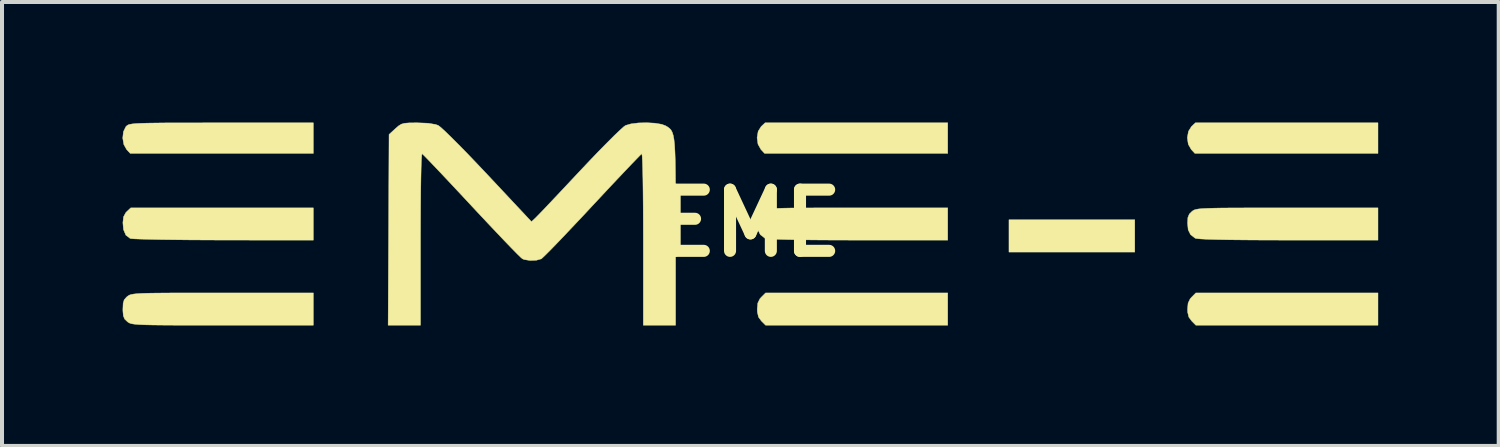
<source format=kicad_pcb>
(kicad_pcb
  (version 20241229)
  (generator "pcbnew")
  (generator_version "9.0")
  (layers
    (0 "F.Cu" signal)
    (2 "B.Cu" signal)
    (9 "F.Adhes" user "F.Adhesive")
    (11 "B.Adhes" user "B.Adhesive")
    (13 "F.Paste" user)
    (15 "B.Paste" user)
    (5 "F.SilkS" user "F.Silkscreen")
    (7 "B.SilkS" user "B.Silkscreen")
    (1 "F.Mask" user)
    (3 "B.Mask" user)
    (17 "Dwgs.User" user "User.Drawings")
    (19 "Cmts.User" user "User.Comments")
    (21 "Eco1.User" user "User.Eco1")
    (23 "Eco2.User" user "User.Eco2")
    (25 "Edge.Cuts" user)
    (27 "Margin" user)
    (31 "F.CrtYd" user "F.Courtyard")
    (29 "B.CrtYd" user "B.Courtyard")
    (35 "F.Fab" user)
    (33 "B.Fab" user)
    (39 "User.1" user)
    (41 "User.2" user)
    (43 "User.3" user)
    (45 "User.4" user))
  (footprint "EME"
    (layer "F.Cu")
    (at 15.63 2.505)
    (property "Reference" "EME" (at 0 0 0) (layer "F.SilkS") (effects (font (size 1.524 1.524) (thickness 0.3))))
    (attr through_hole)
    (fp_poly (pts (xy 9.567 0.72) (xy 6.435 0.72) (xy 6.435 -0.085) (xy 9.567 -0.085) (xy 9.567 0.72)) (stroke (width 0.01) (type solid)) (fill yes) (layer "F.SilkS"))
    (fp_poly (pts (xy 4.911 -1.736) (xy 0.353 -1.736) (xy 0.261 -1.834) (xy 0.188 -1.965) (xy 0.165 -2.127) (xy 0.192 -2.286) (xy 0.267 -2.406) (xy 0.365 -2.498) (xy 4.911 -2.498) (xy 4.911 -1.736)) (stroke (width 0.01) (type solid)) (fill yes) (layer "F.SilkS"))
    (fp_poly (pts (xy 15.621 -1.736) (xy 11.064 -1.736) (xy 10.972 -1.834) (xy 10.898 -1.965) (xy 10.875 -2.127) (xy 10.903 -2.286) (xy 10.978 -2.406) (xy 11.076 -2.498) (xy 15.621 -2.498) (xy 15.621 -1.736)) (stroke (width 0.01) (type solid)) (fill yes) (layer "F.SilkS"))
    (fp_poly (pts (xy 4.911 2.54) (xy 0.377 2.54) (xy 0.273 2.436) (xy 0.201 2.338) (xy 0.172 2.213) (xy 0.169 2.138) (xy 0.183 1.989) (xy 0.234 1.884) (xy 0.273 1.84) (xy 0.377 1.736) (xy 4.911 1.736) (xy 4.911 2.54)) (stroke (width 0.01) (type solid)) (fill yes) (layer "F.SilkS"))
    (fp_poly (pts (xy 15.621 2.54) (xy 11.087 2.54) (xy 10.984 2.436) (xy 10.912 2.338) (xy 10.882 2.213) (xy 10.88 2.138) (xy 10.894 1.989) (xy 10.945 1.884) (xy 10.984 1.84) (xy 11.087 1.736) (xy 15.621 1.736) (xy 15.621 2.54)) (stroke (width 0.01) (type solid)) (fill yes) (layer "F.SilkS"))
    (fp_poly (pts (xy -10.88 0.423) (xy -13.113 0.421) (xy -13.542 0.419) (xy -13.948 0.417) (xy -14.322 0.413) (xy -14.656 0.409) (xy -14.941 0.403) (xy -15.17 0.397) (xy -15.334 0.391) (xy -15.424 0.384) (xy -15.438 0.381) (xy -15.546 0.3) (xy -15.606 0.16) (xy -15.621 -0.011) (xy -15.605 -0.159) (xy -15.549 -0.262) (xy -15.523 -0.289) (xy -15.425 -0.381) (xy -10.88 -0.381) (xy -10.88 0.423)) (stroke (width 0.01) (type solid)) (fill yes) (layer "F.SilkS"))
    (fp_poly (pts (xy -10.88 -1.736) (xy -15.437 -1.736) (xy -15.529 -1.834) (xy -15.598 -1.959) (xy -15.625 -2.118) (xy -15.608 -2.277) (xy -15.547 -2.402) (xy -15.536 -2.413) (xy -15.516 -2.431) (xy -15.489 -2.447) (xy -15.45 -2.46) (xy -15.39 -2.47) (xy -15.304 -2.479) (xy -15.185 -2.485) (xy -15.025 -2.49) (xy -14.818 -2.493) (xy -14.556 -2.496) (xy -14.233 -2.497) (xy -13.842 -2.497) (xy -13.377 -2.498) (xy -13.166 -2.498) (xy -10.88 -2.498) (xy -10.88 -1.736)) (stroke (width 0.01) (type solid)) (fill yes) (layer "F.SilkS"))
    (fp_poly (pts (xy 4.911 0.423) (xy 2.678 0.422) (xy 2.112 0.421) (xy 1.629 0.418) (xy 1.226 0.414) (xy 0.903 0.408) (xy 0.656 0.401) (xy 0.484 0.392) (xy 0.385 0.381) (xy 0.36 0.374) (xy 0.246 0.286) (xy 0.186 0.166) (xy 0.169 -0.005) (xy 0.178 -0.141) (xy 0.215 -0.228) (xy 0.281 -0.293) (xy 0.307 -0.312) (xy 0.338 -0.329) (xy 0.38 -0.342) (xy 0.44 -0.353) (xy 0.526 -0.362) (xy 0.644 -0.368) (xy 0.801 -0.373) (xy 1.005 -0.377) (xy 1.263 -0.379) (xy 1.581 -0.38) (xy 1.966 -0.381) (xy 2.427 -0.381) (xy 2.652 -0.381) (xy 4.911 -0.381) (xy 4.911 0.423)) (stroke (width 0.01) (type solid)) (fill yes) (layer "F.SilkS"))
    (fp_poly (pts (xy 15.621 0.423) (xy 13.388 0.422) (xy 12.822 0.421) (xy 12.339 0.418) (xy 11.937 0.414) (xy 11.613 0.408) (xy 11.366 0.401) (xy 11.194 0.392) (xy 11.095 0.381) (xy 11.07 0.374) (xy 10.956 0.286) (xy 10.896 0.166) (xy 10.88 -0.005) (xy 10.889 -0.141) (xy 10.925 -0.228) (xy 10.991 -0.293) (xy 11.017 -0.312) (xy 11.048 -0.329) (xy 11.09 -0.342) (xy 11.15 -0.353) (xy 11.236 -0.362) (xy 11.354 -0.368) (xy 11.512 -0.373) (xy 11.716 -0.377) (xy 11.973 -0.379) (xy 12.291 -0.38) (xy 12.677 -0.381) (xy 13.137 -0.381) (xy 13.362 -0.381) (xy 15.621 -0.381) (xy 15.621 0.423)) (stroke (width 0.01) (type solid)) (fill yes) (layer "F.SilkS"))
    (fp_poly (pts (xy -10.88 2.54) (xy -13.139 2.54) (xy -13.634 2.54) (xy -14.051 2.54) (xy -14.397 2.539) (xy -14.68 2.537) (xy -14.907 2.534) (xy -15.083 2.53) (xy -15.218 2.524) (xy -15.317 2.516) (xy -15.387 2.506) (xy -15.436 2.494) (xy -15.471 2.479) (xy -15.498 2.461) (xy -15.509 2.452) (xy -15.577 2.387) (xy -15.61 2.307) (xy -15.621 2.183) (xy -15.621 2.138) (xy -15.615 1.996) (xy -15.589 1.908) (xy -15.531 1.841) (xy -15.509 1.823) (xy -15.483 1.804) (xy -15.453 1.788) (xy -15.411 1.775) (xy -15.35 1.764) (xy -15.265 1.755) (xy -15.147 1.748) (xy -14.989 1.743) (xy -14.785 1.74) (xy -14.528 1.738) (xy -14.21 1.736) (xy -13.824 1.736) (xy -13.364 1.736) (xy -13.139 1.736) (xy -10.88 1.736) (xy -10.88 2.54)) (stroke (width 0.01) (type solid)) (fill yes) (layer "F.SilkS"))
    (fp_poly (pts (xy -2.379 -2.489) (xy -2.21 -2.461) (xy -2.113 -2.425) (xy -2.061 -2.394) (xy -2.017 -2.362) (xy -1.979 -2.322) (xy -1.949 -2.268) (xy -1.924 -2.193) (xy -1.904 -2.09) (xy -1.889 -1.953) (xy -1.879 -1.774) (xy -1.871 -1.548) (xy -1.867 -1.267) (xy -1.864 -0.925) (xy -1.863 -0.515) (xy -1.863 -0.03) (xy -1.863 0.229) (xy -1.863 2.54) (xy -2.667 2.54) (xy -2.667 0.399) (xy -2.668 -0.032) (xy -2.67 -0.43) (xy -2.673 -0.789) (xy -2.677 -1.1) (xy -2.683 -1.357) (xy -2.689 -1.552) (xy -2.696 -1.678) (xy -2.703 -1.728) (xy -2.704 -1.729) (xy -2.74 -1.696) (xy -2.827 -1.607) (xy -2.96 -1.469) (xy -3.131 -1.289) (xy -3.335 -1.074) (xy -3.565 -0.829) (xy -3.815 -0.561) (xy -3.933 -0.435) (xy -4.192 -0.157) (xy -4.436 0.101) (xy -4.657 0.335) (xy -4.85 0.536) (xy -5.008 0.698) (xy -5.125 0.814) (xy -5.193 0.878) (xy -5.205 0.888) (xy -5.329 0.923) (xy -5.485 0.929) (xy -5.629 0.906) (xy -5.676 0.887) (xy -5.721 0.848) (xy -5.818 0.753) (xy -5.959 0.609) (xy -6.138 0.423) (xy -6.348 0.202) (xy -6.583 -0.047) (xy -6.836 -0.317) (xy -6.946 -0.435) (xy -7.203 -0.711) (xy -7.443 -0.967) (xy -7.659 -1.197) (xy -7.846 -1.394) (xy -7.996 -1.551) (xy -8.105 -1.663) (xy -8.164 -1.721) (xy -8.174 -1.729) (xy -8.182 -1.69) (xy -8.19 -1.573) (xy -8.197 -1.382) (xy -8.202 -1.123) (xy -8.207 -0.802) (xy -8.21 -0.423) (xy -8.212 0.007) (xy -8.213 0.399) (xy -8.213 2.54) (xy -9.019 2.54) (xy -9.007 0.166) (xy -8.996 -2.208) (xy -8.838 -2.353) (xy -8.76 -2.421) (xy -8.692 -2.464) (xy -8.612 -2.487) (xy -8.497 -2.496) (xy -8.323 -2.498) (xy -8.294 -2.498) (xy -8.026 -2.488) (xy -7.839 -2.457) (xy -7.771 -2.433) (xy -7.712 -2.388) (xy -7.602 -2.288) (xy -7.45 -2.14) (xy -7.262 -1.952) (xy -7.046 -1.732) (xy -6.81 -1.485) (xy -6.559 -1.22) (xy -6.543 -1.203) (xy -5.451 -0.037) (xy -5.346 -0.135) (xy -5.293 -0.189) (xy -5.189 -0.296) (xy -5.043 -0.45) (xy -4.862 -0.641) (xy -4.653 -0.863) (xy -4.424 -1.107) (xy -4.242 -1.301) (xy -4.002 -1.555) (xy -3.775 -1.792) (xy -3.568 -2.002) (xy -3.39 -2.18) (xy -3.247 -2.316) (xy -3.149 -2.404) (xy -3.108 -2.433) (xy -2.973 -2.472) (xy -2.788 -2.495) (xy -2.581 -2.5) (xy -2.379 -2.489)) (stroke (width 0.01) (type solid)) (fill yes) (layer "F.SilkS")))
  (gr_rect
    (start -3 -3)
    (end 34.256 8.05)
    (stroke (width 0.1) (type default))
    (fill no)
    (layer "Edge.Cuts")))
</source>
